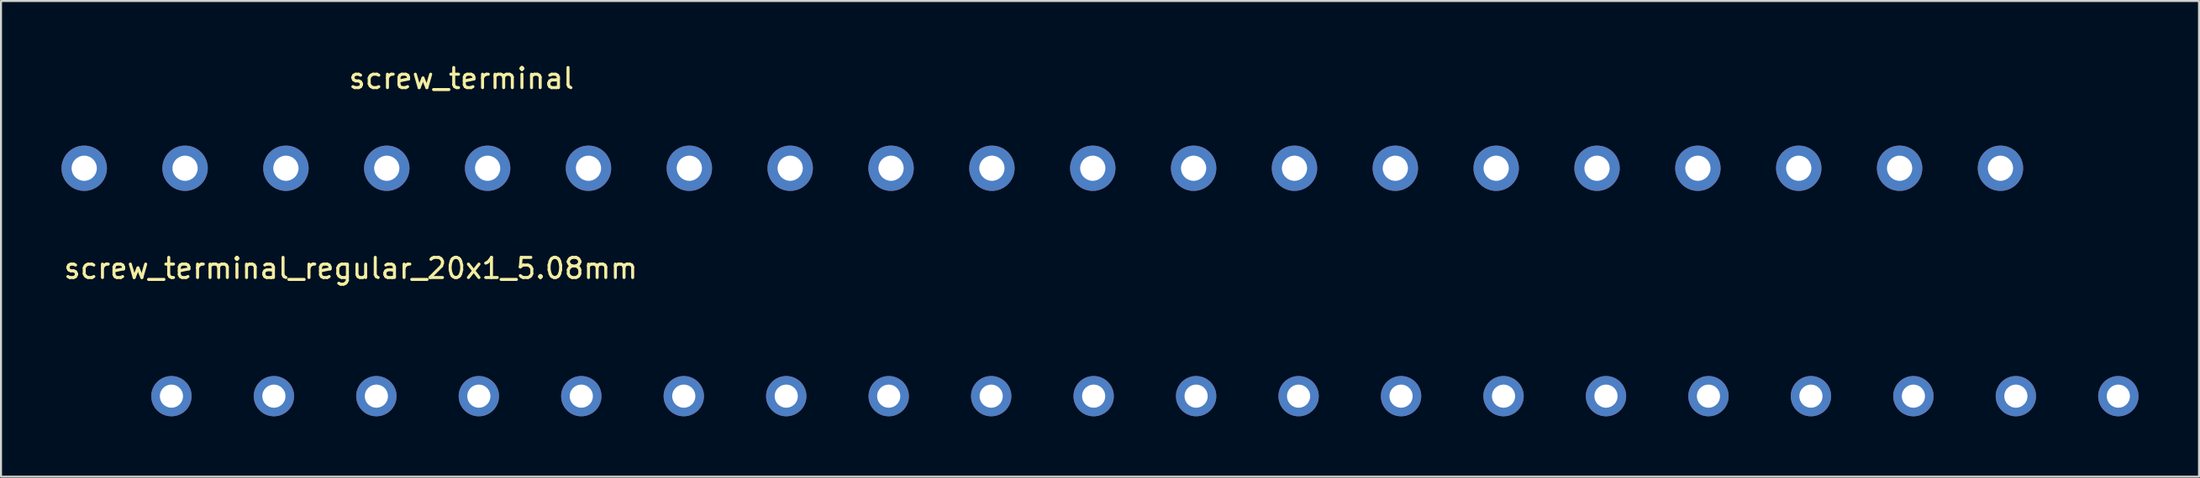
<source format=kicad_pcb>
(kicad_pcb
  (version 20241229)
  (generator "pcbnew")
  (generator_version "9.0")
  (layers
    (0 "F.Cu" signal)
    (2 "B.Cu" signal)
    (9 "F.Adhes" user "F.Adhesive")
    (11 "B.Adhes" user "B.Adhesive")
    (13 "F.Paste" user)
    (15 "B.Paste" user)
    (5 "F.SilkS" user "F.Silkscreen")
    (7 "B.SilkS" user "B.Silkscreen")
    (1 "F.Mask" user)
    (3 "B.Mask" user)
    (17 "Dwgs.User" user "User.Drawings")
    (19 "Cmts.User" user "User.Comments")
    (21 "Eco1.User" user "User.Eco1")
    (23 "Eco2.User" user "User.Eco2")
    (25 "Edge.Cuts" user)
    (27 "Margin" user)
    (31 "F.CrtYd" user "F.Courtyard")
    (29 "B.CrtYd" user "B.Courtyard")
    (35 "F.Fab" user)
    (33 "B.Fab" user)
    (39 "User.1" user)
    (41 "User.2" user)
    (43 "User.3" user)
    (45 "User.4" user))
  (footprint "screw_terminal"
    (layer "F.Cu")
    (at 1.125 5.308)
    (property "Reference" "screw_terminal" (at 18.7 -4.46 0) (layer "F.SilkS") (effects (font (size 1 1) (thickness 0.15))))
    (attr through_hole)
    (pad "1" thru_hole circle (at 0 0) (size 2.25 2.25) (drill 1.25) (layers "*.Cu" "*.Mask"))
    (pad "2" thru_hole circle (at 5 0) (size 2.25 2.25) (drill 1.25) (layers "*.Cu" "*.Mask"))
    (pad "3" thru_hole circle (at 10 0) (size 2.25 2.25) (drill 1.25) (layers "*.Cu" "*.Mask"))
    (pad "4" thru_hole circle (at 15 0) (size 2.25 2.25) (drill 1.25) (layers "*.Cu" "*.Mask"))
    (pad "5" thru_hole circle (at 20 0) (size 2.25 2.25) (drill 1.25) (layers "*.Cu" "*.Mask"))
    (pad "6" thru_hole circle (at 25 0) (size 2.25 2.25) (drill 1.25) (layers "*.Cu" "*.Mask"))
    (pad "7" thru_hole circle (at 30 0) (size 2.25 2.25) (drill 1.25) (layers "*.Cu" "*.Mask"))
    (pad "8" thru_hole circle (at 35 0) (size 2.25 2.25) (drill 1.25) (layers "*.Cu" "*.Mask"))
    (pad "9" thru_hole circle (at 40 0) (size 2.25 2.25) (drill 1.25) (layers "*.Cu" "*.Mask"))
    (pad "10" thru_hole circle (at 45 0) (size 2.25 2.25) (drill 1.25) (layers "*.Cu" "*.Mask"))
    (pad "11" thru_hole circle (at 50 0) (size 2.25 2.25) (drill 1.25) (layers "*.Cu" "*.Mask"))
    (pad "12" thru_hole circle (at 55 0) (size 2.25 2.25) (drill 1.25) (layers "*.Cu" "*.Mask"))
    (pad "13" thru_hole circle (at 60 0) (size 2.25 2.25) (drill 1.25) (layers "*.Cu" "*.Mask"))
    (pad "14" thru_hole circle (at 65 0) (size 2.25 2.25) (drill 1.25) (layers "*.Cu" "*.Mask"))
    (pad "15" thru_hole circle (at 70 0) (size 2.25 2.25) (drill 1.25) (layers "*.Cu" "*.Mask"))
    (pad "16" thru_hole circle (at 75 0) (size 2.25 2.25) (drill 1.25) (layers "*.Cu" "*.Mask"))
    (pad "17" thru_hole circle (at 80 0) (size 2.25 2.25) (drill 1.25) (layers "*.Cu" "*.Mask"))
    (pad "18" thru_hole circle (at 85 0) (size 2.25 2.25) (drill 1.25) (layers "*.Cu" "*.Mask"))
    (pad "19" thru_hole circle (at 90 0) (size 2.25 2.25) (drill 1.25) (layers "*.Cu" "*.Mask"))
    (pad "20" thru_hole circle (at 95 0) (size 2.25 2.25) (drill 1.25) (layers "*.Cu" "*.Mask")))
  (footprint "screw_terminal_regular_20x1_5.08mm"
    (layer "F.Cu")
    (at 5.449 16.631)
    (property "Reference" "screw_terminal_regular_20x1_5.08mm" (at 8.89 -6.35 0) (layer "F.SilkS") (effects (font (size 1 1) (thickness 0.15))))
    (attr through_hole)
    (pad "1" thru_hole circle (at 0 0) (size 2 2) (drill 1.15) (layers "*.Cu" "*.Mask"))
    (pad "2" thru_hole circle (at 5.08 0) (size 2 2) (drill 1.15) (layers "*.Cu" "*.Mask"))
    (pad "3" thru_hole circle (at 10.16 0) (size 2 2) (drill 1.15) (layers "*.Cu" "*.Mask"))
    (pad "4" thru_hole circle (at 15.24 0) (size 2 2) (drill 1.15) (layers "*.Cu" "*.Mask"))
    (pad "5" thru_hole circle (at 20.32 0) (size 2 2) (drill 1.15) (layers "*.Cu" "*.Mask"))
    (pad "6" thru_hole circle (at 25.4 0) (size 2 2) (drill 1.15) (layers "*.Cu" "*.Mask"))
    (pad "7" thru_hole circle (at 30.48 0) (size 2 2) (drill 1.15) (layers "*.Cu" "*.Mask"))
    (pad "8" thru_hole circle (at 35.56 0) (size 2 2) (drill 1.15) (layers "*.Cu" "*.Mask"))
    (pad "9" thru_hole circle (at 40.64 0) (size 2 2) (drill 1.15) (layers "*.Cu" "*.Mask"))
    (pad "10" thru_hole circle (at 45.72 0) (size 2 2) (drill 1.15) (layers "*.Cu" "*.Mask"))
    (pad "11" thru_hole circle (at 50.8 0) (size 2 2) (drill 1.15) (layers "*.Cu" "*.Mask"))
    (pad "12" thru_hole circle (at 55.88 0) (size 2 2) (drill 1.15) (layers "*.Cu" "*.Mask"))
    (pad "13" thru_hole circle (at 60.96 0) (size 2 2) (drill 1.15) (layers "*.Cu" "*.Mask"))
    (pad "14" thru_hole circle (at 66.04 0) (size 2 2) (drill 1.15) (layers "*.Cu" "*.Mask"))
    (pad "15" thru_hole circle (at 71.12 0) (size 2 2) (drill 1.15) (layers "*.Cu" "*.Mask"))
    (pad "16" thru_hole circle (at 76.2 0) (size 2 2) (drill 1.15) (layers "*.Cu" "*.Mask"))
    (pad "17" thru_hole circle (at 81.28 0) (size 2 2) (drill 1.15) (layers "*.Cu" "*.Mask"))
    (pad "18" thru_hole circle (at 86.36 0) (size 2 2) (drill 1.15) (layers "*.Cu" "*.Mask"))
    (pad "19" thru_hole circle (at 91.44 0) (size 2 2) (drill 1.15) (layers "*.Cu" "*.Mask"))
    (pad "20" thru_hole circle (at 96.52 0) (size 2 2) (drill 1.15) (layers "*.Cu" "*.Mask")))
  (gr_rect
    (start -3 -3)
    (end 105.969 20.631)
    (stroke (width 0.1) (type default))
    (fill no)
    (layer "Edge.Cuts")))
</source>
